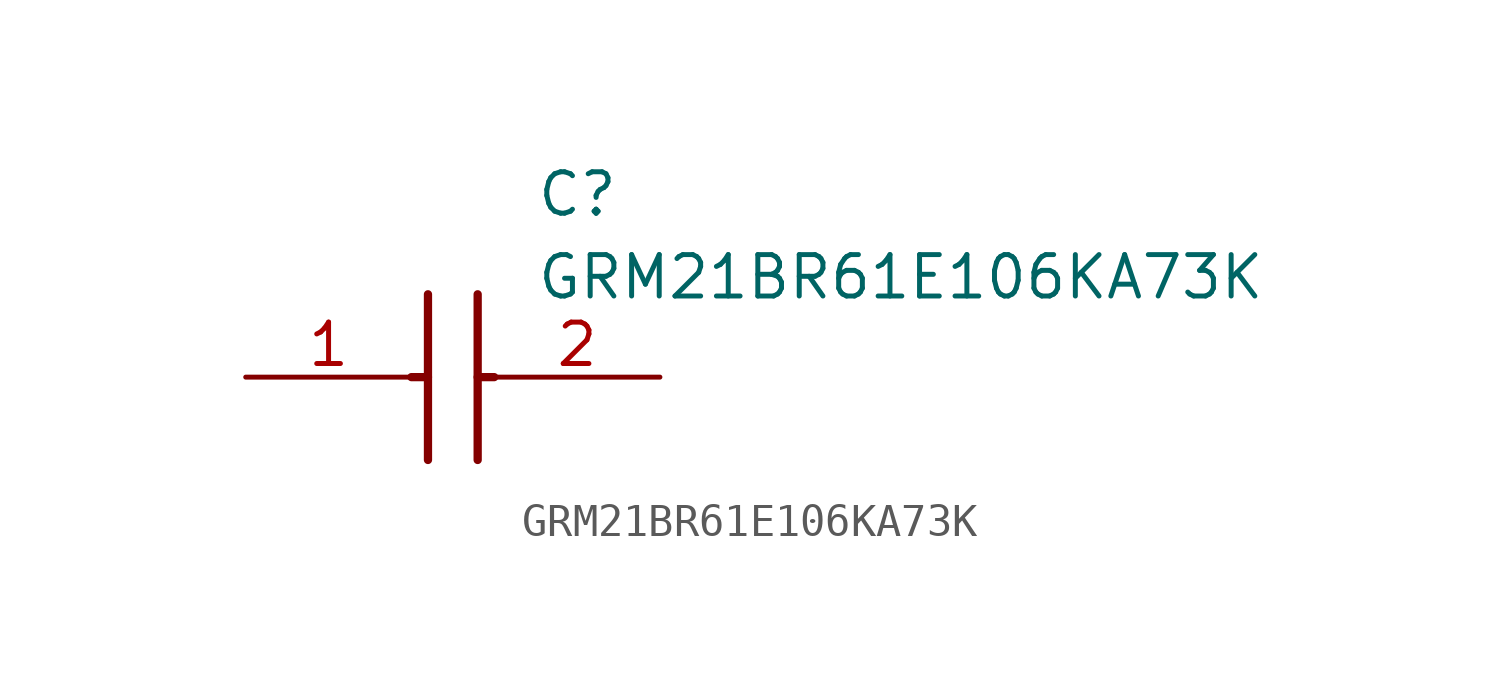
<source format=kicad_sym>
(kicad_symbol_lib
  (version 20211014)
  (generator SamacSys_ECAD_Model)
  (symbol "GRM21BR61E106KA73K"
    (pin_names hide)
    (property "Reference" "C"
      (at 8.89 6.35 0)
      (effects (font (size 1.27 1.27)) (justify left top)))
    (property "Value" "GRM21BR61E106KA73K"
      (at 8.89 3.81 0)
      (effects (font (size 1.27 1.27)) (justify left top)))
    (polyline
      (pts (xy 5.588 2.54) (xy 5.588 -2.54))
      (stroke (width 0.254) (type default))
      (fill (type none)))
    (polyline
      (pts (xy 7.112 2.54) (xy 7.112 -2.54))
      (stroke (width 0.254) (type default))
      (fill (type none)))
    (polyline
      (pts (xy 5.08 0) (xy 5.588 0))
      (stroke (width 0.254) (type default))
      (fill (type none)))
    (polyline
      (pts (xy 7.112 0) (xy 7.62 0))
      (stroke (width 0.254) (type default))
      (fill (type none)))
    (pin passive line
      (at 0 0 0)
      (length 5.08)
      (name "1" (effects (font (size 1.27 1.27))))
      (number "1" (effects (font (size 1.27 1.27)))))
    (pin passive line
      (at 12.7 0 180)
      (length 5.08)
      (name "2" (effects (font (size 1.27 1.27))))
      (number "2" (effects (font (size 1.27 1.27)))))))
</source>
